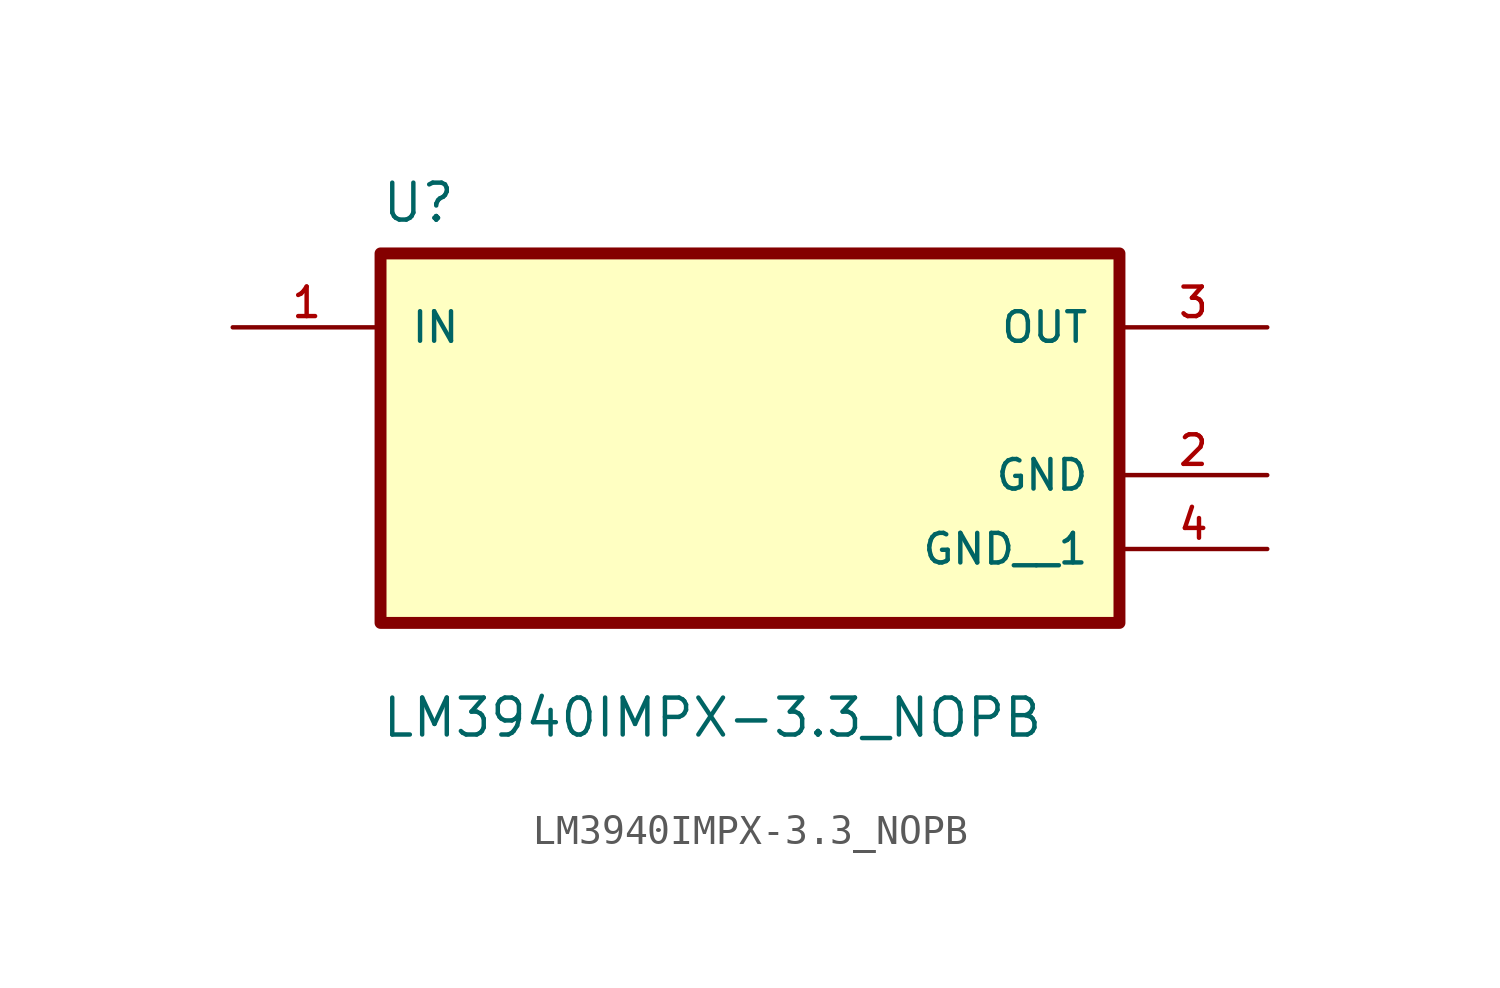
<source format=kicad_sym>
(kicad_symbol_lib
  (version 20211014)
  (generator kicad_symbol_editor)
  (symbol "LM3940IMPX-3.3_NOPB"
    (pin_names
      (offset 1.016))
    (property "Reference" "U"
      (at -12.7 6.08 0.0)
      (effects (font (size 1.27 1.27)) (justify bottom left)))
    (property "Value" "LM3940IMPX-3.3_NOPB"
      (at -12.7 -11.62 0.0)
      (effects (font (size 1.27 1.27)) (justify bottom left)))
    (symbol "LM3940IMPX-3.3_NOPB_0_0"
      (rectangle (start -12.7 -7.62) (end 12.7 5.08) (stroke (width 0.41)) (fill (type background)))
      (pin input line (at -17.78 2.54 0) (length 5.08) (name "IN" (effects (font (size 1.016 1.016)))) (number "1" (effects (font (size 1.016 1.016)))))
      (pin output line (at 17.78 2.54 180.0) (length 5.08) (name "OUT" (effects (font (size 1.016 1.016)))) (number "3" (effects (font (size 1.016 1.016)))))
      (pin power_in line (at 17.78 -2.54 180.0) (length 5.08) (name "GND" (effects (font (size 1.016 1.016)))) (number "2" (effects (font (size 1.016 1.016)))))
      (pin power_in line (at 17.78 -5.08 180.0) (length 5.08) (name "GND__1" (effects (font (size 1.016 1.016)))) (number "4" (effects (font (size 1.016 1.016))))))))
</source>
